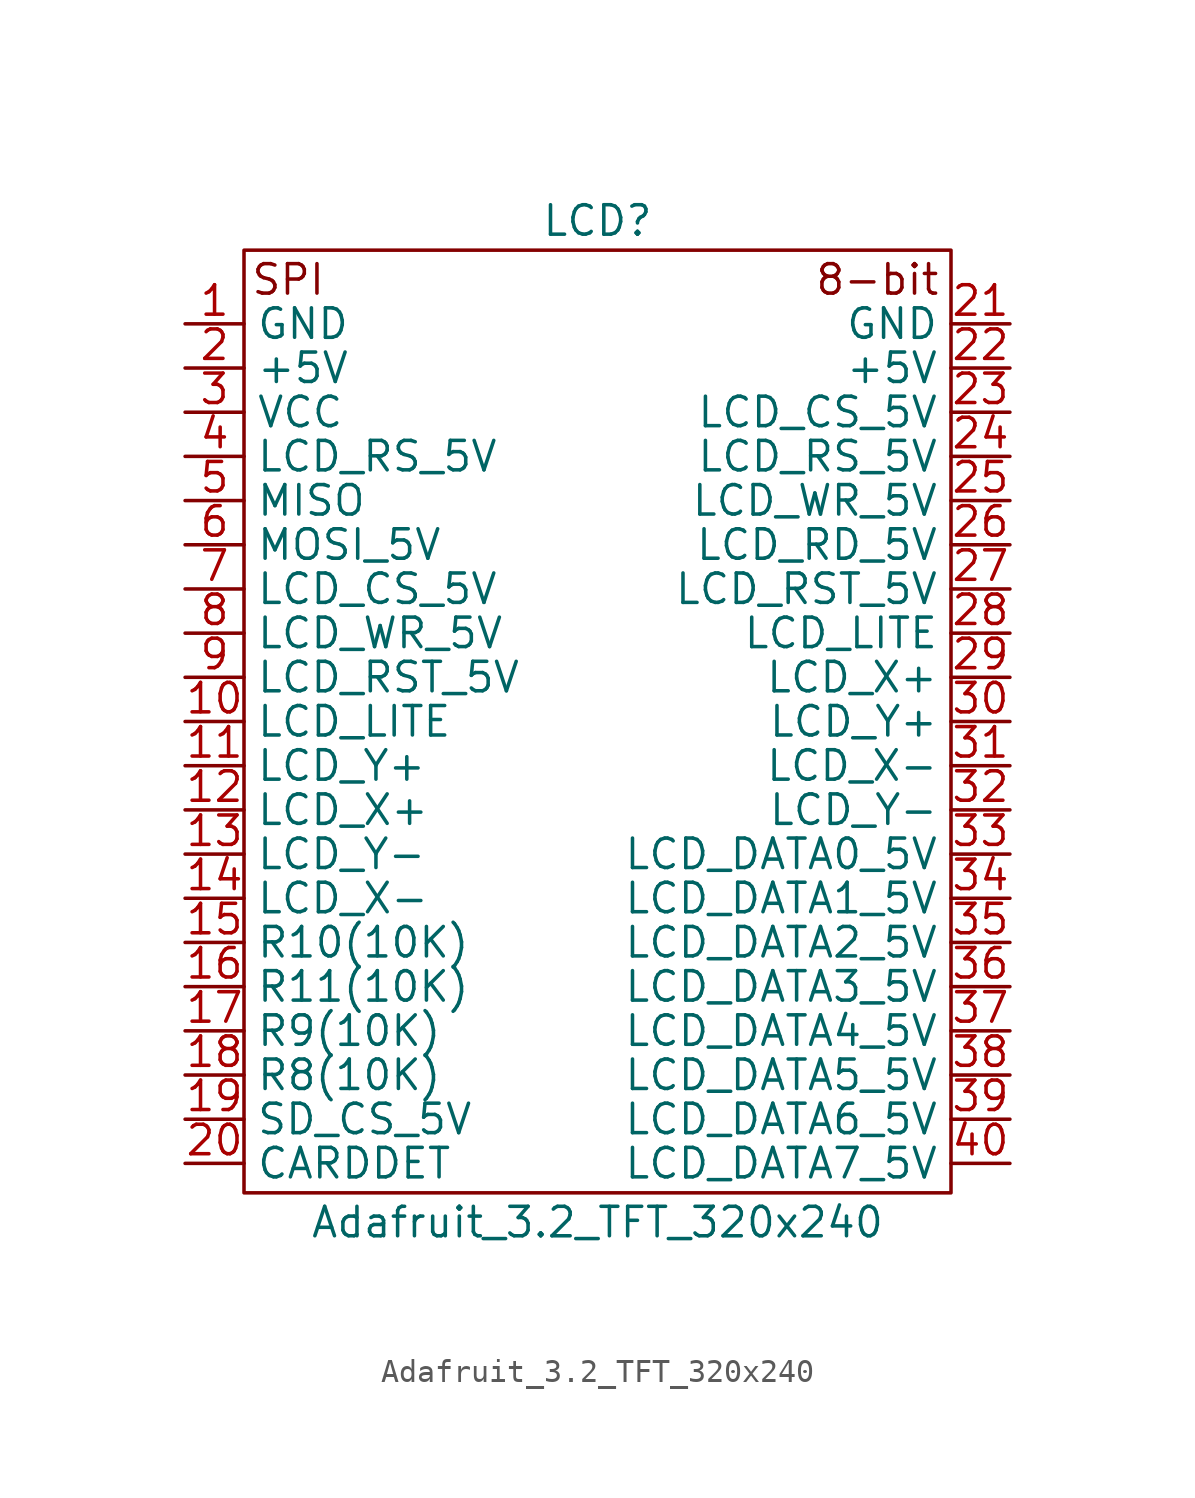
<source format=kicad_sym>
(kicad_symbol_lib
  (version 20211014)
  (generator kicad_symbol_editor)
  (symbol "Adafruit_3.2_TFT_320x240"
    (property "Reference" "LCD"
      (at 0 21.59 0)
      (effects (font (size 1.27 1.27))))
    (property "Value" "Adafruit_3.2_TFT_320x240"
      (at 0 -21.59 0)
      (effects (font (size 1.27 1.27))))
    (symbol "Adafruit_3.2_TFT_320x240_0_0"
      (text "8-bit" (at 12.065 19.05 0) (effects (font (size 1.27 1.27))))
      (text "SPI" (at -13.335 19.05 0) (effects (font (size 1.27 1.27)))))
    (symbol "Adafruit_3.2_TFT_320x240_0_1"
      (rectangle (start -15.24 20.32) (end 15.24 -20.32) (stroke (width 0) (type default) (color 0 0 0 0)) (fill (type none))))
    (symbol "Adafruit_3.2_TFT_320x240_1_1"
      (pin passive line (at -17.78 17.145 0) (length 2.54) (name "GND" (effects (font (size 1.27 1.27)))) (number "1" (effects (font (size 1.27 1.27)))))
      (pin input line (at -17.78 0 0) (length 2.54) (name "LCD_LITE" (effects (font (size 1.27 1.27)))) (number "10" (effects (font (size 1.27 1.27)))))
      (pin passive line (at -17.78 -1.905 0) (length 2.54) (name "LCD_Y+" (effects (font (size 1.27 1.27)))) (number "11" (effects (font (size 1.27 1.27)))))
      (pin passive line (at -17.78 -3.81 0) (length 2.54) (name "LCD_X+" (effects (font (size 1.27 1.27)))) (number "12" (effects (font (size 1.27 1.27)))))
      (pin passive line (at -17.78 -5.715 0) (length 2.54) (name "LCD_Y-" (effects (font (size 1.27 1.27)))) (number "13" (effects (font (size 1.27 1.27)))))
      (pin passive line (at -17.78 -7.62 0) (length 2.54) (name "LCD_X-" (effects (font (size 1.27 1.27)))) (number "14" (effects (font (size 1.27 1.27)))))
      (pin passive line (at -17.78 -9.525 0) (length 2.54) (name "R10(10K)" (effects (font (size 1.27 1.27)))) (number "15" (effects (font (size 1.27 1.27)))))
      (pin passive line (at -17.78 -11.43 0) (length 2.54) (name "R11(10K)" (effects (font (size 1.27 1.27)))) (number "16" (effects (font (size 1.27 1.27)))))
      (pin passive line (at -17.78 -13.335 0) (length 2.54) (name "R9(10K)" (effects (font (size 1.27 1.27)))) (number "17" (effects (font (size 1.27 1.27)))))
      (pin passive line (at -17.78 -15.24 0) (length 2.54) (name "R8(10K)" (effects (font (size 1.27 1.27)))) (number "18" (effects (font (size 1.27 1.27)))))
      (pin input line (at -17.78 -17.145 0) (length 2.54) (name "SD_CS_5V" (effects (font (size 1.27 1.27)))) (number "19" (effects (font (size 1.27 1.27)))))
      (pin power_in line (at -17.78 15.24 0) (length 2.54) (name "+5V" (effects (font (size 1.27 1.27)))) (number "2" (effects (font (size 1.27 1.27)))))
      (pin output line (at -17.78 -19.05 0) (length 2.54) (name "CARDDET" (effects (font (size 1.27 1.27)))) (number "20" (effects (font (size 1.27 1.27)))))
      (pin passive line (at 17.78 17.145 180) (length 2.54) (name "GND" (effects (font (size 1.27 1.27)))) (number "21" (effects (font (size 1.27 1.27)))))
      (pin power_in line (at 17.78 15.24 180) (length 2.54) (name "+5V" (effects (font (size 1.27 1.27)))) (number "22" (effects (font (size 1.27 1.27)))))
      (pin input line (at 17.78 13.335 180) (length 2.54) (name "LCD_CS_5V" (effects (font (size 1.27 1.27)))) (number "23" (effects (font (size 1.27 1.27)))))
      (pin input line (at 17.78 11.43 180) (length 2.54) (name "LCD_RS_5V" (effects (font (size 1.27 1.27)))) (number "24" (effects (font (size 1.27 1.27)))))
      (pin input line (at 17.78 9.525 180) (length 2.54) (name "LCD_WR_5V" (effects (font (size 1.27 1.27)))) (number "25" (effects (font (size 1.27 1.27)))))
      (pin input line (at 17.78 7.62 180) (length 2.54) (name "LCD_RD_5V" (effects (font (size 1.27 1.27)))) (number "26" (effects (font (size 1.27 1.27)))))
      (pin input line (at 17.78 5.715 180) (length 2.54) (name "LCD_RST_5V" (effects (font (size 1.27 1.27)))) (number "27" (effects (font (size 1.27 1.27)))))
      (pin input line (at 17.78 3.81 180) (length 2.54) (name "LCD_LITE" (effects (font (size 1.27 1.27)))) (number "28" (effects (font (size 1.27 1.27)))))
      (pin passive line (at 17.78 1.905 180) (length 2.54) (name "LCD_X+" (effects (font (size 1.27 1.27)))) (number "29" (effects (font (size 1.27 1.27)))))
      (pin power_in line (at -17.78 13.335 0) (length 2.54) (name "VCC" (effects (font (size 1.27 1.27)))) (number "3" (effects (font (size 1.27 1.27)))))
      (pin passive line (at 17.78 0 180) (length 2.54) (name "LCD_Y+" (effects (font (size 1.27 1.27)))) (number "30" (effects (font (size 1.27 1.27)))))
      (pin passive line (at 17.78 -1.905 180) (length 2.54) (name "LCD_X-" (effects (font (size 1.27 1.27)))) (number "31" (effects (font (size 1.27 1.27)))))
      (pin passive line (at 17.78 -3.81 180) (length 2.54) (name "LCD_Y-" (effects (font (size 1.27 1.27)))) (number "32" (effects (font (size 1.27 1.27)))))
      (pin input line (at 17.78 -5.715 180) (length 2.54) (name "LCD_DATA0_5V" (effects (font (size 1.27 1.27)))) (number "33" (effects (font (size 1.27 1.27)))))
      (pin input line (at 17.78 -7.62 180) (length 2.54) (name "LCD_DATA1_5V" (effects (font (size 1.27 1.27)))) (number "34" (effects (font (size 1.27 1.27)))))
      (pin input line (at 17.78 -9.525 180) (length 2.54) (name "LCD_DATA2_5V" (effects (font (size 1.27 1.27)))) (number "35" (effects (font (size 1.27 1.27)))))
      (pin input line (at 17.78 -11.43 180) (length 2.54) (name "LCD_DATA3_5V" (effects (font (size 1.27 1.27)))) (number "36" (effects (font (size 1.27 1.27)))))
      (pin input line (at 17.78 -13.335 180) (length 2.54) (name "LCD_DATA4_5V" (effects (font (size 1.27 1.27)))) (number "37" (effects (font (size 1.27 1.27)))))
      (pin input line (at 17.78 -15.24 180) (length 2.54) (name "LCD_DATA5_5V" (effects (font (size 1.27 1.27)))) (number "38" (effects (font (size 1.27 1.27)))))
      (pin input line (at 17.78 -17.145 180) (length 2.54) (name "LCD_DATA6_5V" (effects (font (size 1.27 1.27)))) (number "39" (effects (font (size 1.27 1.27)))))
      (pin input line (at -17.78 11.43 0) (length 2.54) (name "LCD_RS_5V" (effects (font (size 1.27 1.27)))) (number "4" (effects (font (size 1.27 1.27)))))
      (pin input line (at 17.78 -19.05 180) (length 2.54) (name "LCD_DATA7_5V" (effects (font (size 1.27 1.27)))) (number "40" (effects (font (size 1.27 1.27)))))
      (pin output line (at -17.78 9.525 0) (length 2.54) (name "MISO" (effects (font (size 1.27 1.27)))) (number "5" (effects (font (size 1.27 1.27)))))
      (pin input line (at -17.78 7.62 0) (length 2.54) (name "MOSI_5V" (effects (font (size 1.27 1.27)))) (number "6" (effects (font (size 1.27 1.27)))))
      (pin input line (at -17.78 5.715 0) (length 2.54) (name "LCD_CS_5V" (effects (font (size 1.27 1.27)))) (number "7" (effects (font (size 1.27 1.27)))))
      (pin input line (at -17.78 3.81 0) (length 2.54) (name "LCD_WR_5V" (effects (font (size 1.27 1.27)))) (number "8" (effects (font (size 1.27 1.27)))))
      (pin input line (at -17.78 1.905 0) (length 2.54) (name "LCD_RST_5V" (effects (font (size 1.27 1.27)))) (number "9" (effects (font (size 1.27 1.27))))))))
</source>
